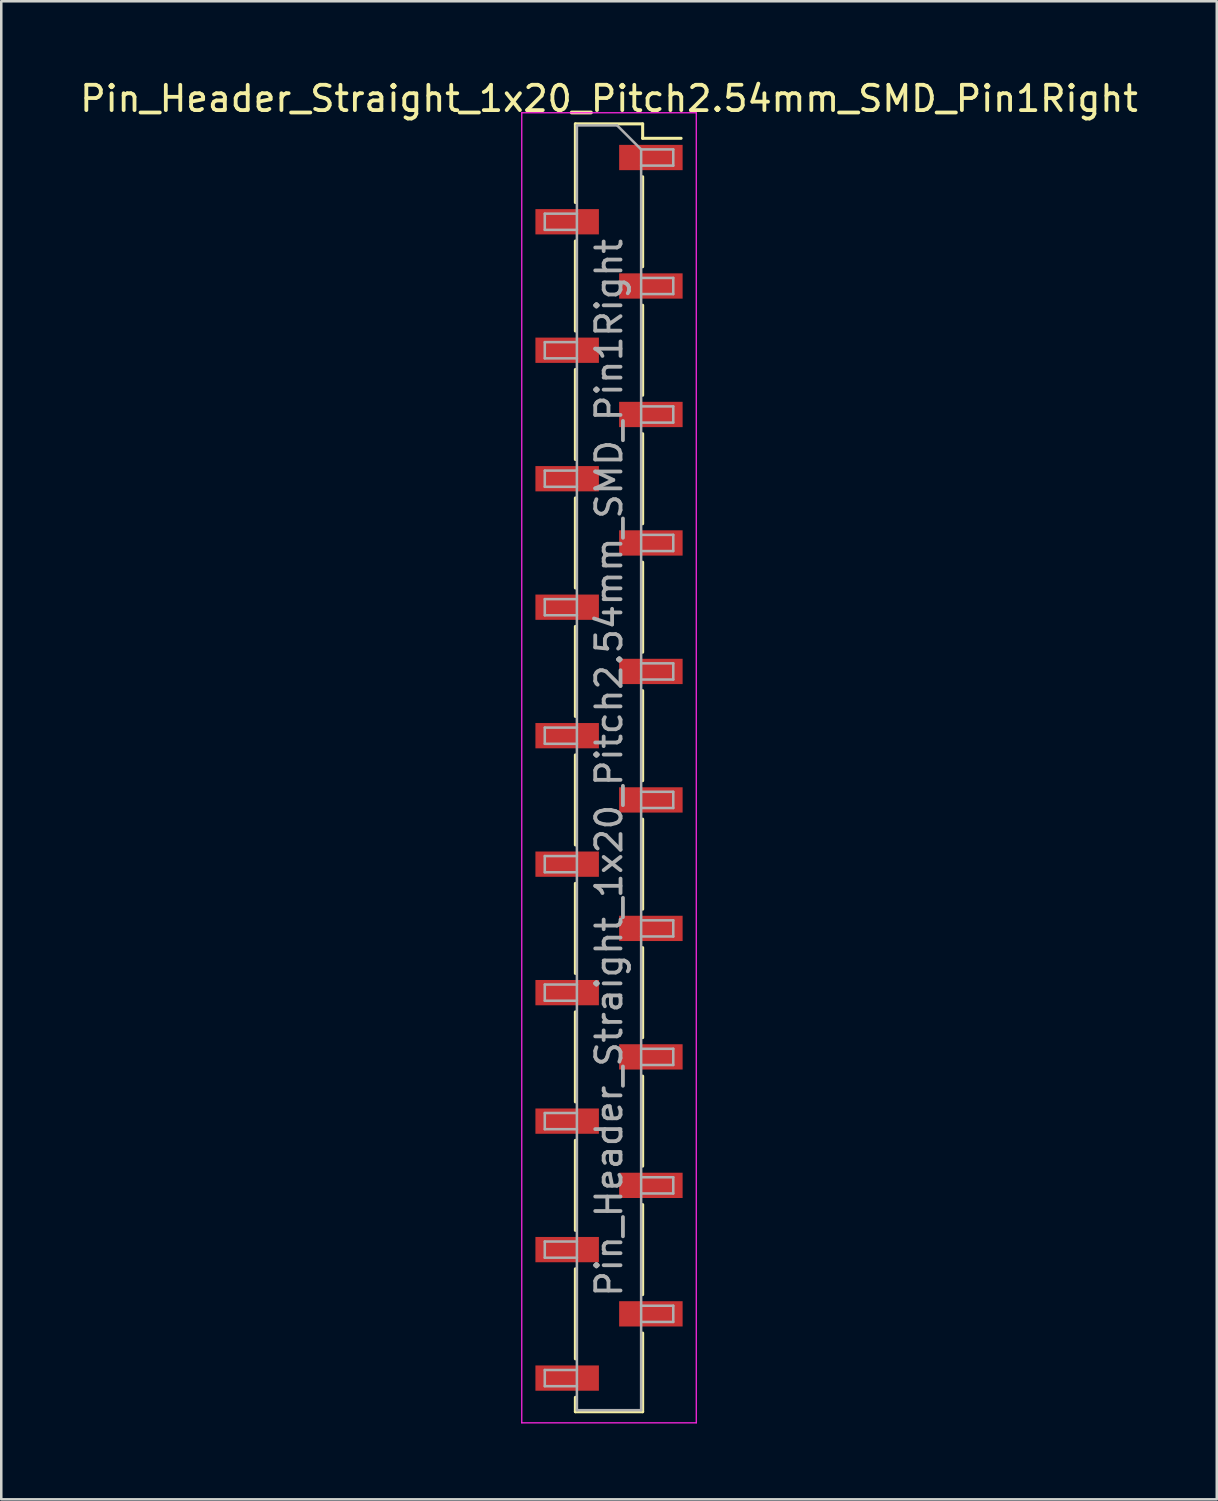
<source format=kicad_pcb>
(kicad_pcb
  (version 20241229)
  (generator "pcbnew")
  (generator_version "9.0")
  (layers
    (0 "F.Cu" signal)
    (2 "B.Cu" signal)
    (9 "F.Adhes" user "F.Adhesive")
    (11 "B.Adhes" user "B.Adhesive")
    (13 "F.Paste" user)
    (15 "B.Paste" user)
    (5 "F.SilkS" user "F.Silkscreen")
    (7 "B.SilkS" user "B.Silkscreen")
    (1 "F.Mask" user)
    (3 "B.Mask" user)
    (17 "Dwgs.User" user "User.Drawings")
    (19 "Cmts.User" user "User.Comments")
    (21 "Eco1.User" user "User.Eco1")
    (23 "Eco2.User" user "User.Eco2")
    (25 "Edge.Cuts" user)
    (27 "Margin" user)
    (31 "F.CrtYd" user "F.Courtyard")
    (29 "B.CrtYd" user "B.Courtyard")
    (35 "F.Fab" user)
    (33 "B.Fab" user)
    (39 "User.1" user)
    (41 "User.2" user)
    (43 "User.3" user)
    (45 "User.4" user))
  (footprint "Pin_Header_Straight_1x20_Pitch2.54mm_SMD_Pin1Right"
    (layer "F.Cu")
    (at 21.03 27.308)
    (property "Reference" "Pin_Header_Straight_1x20_Pitch2.54mm_SMD_Pin1Right" (at 0 -26.46 0) (layer "F.SilkS") (effects (font (size 1 1) (thickness 0.15))))
    (attr smd)
    (fp_line (start -1.33 -25.46) (end -1.33 -22.35) (stroke (width 0.12) (type solid)) (layer "F.SilkS"))
    (fp_line (start -1.33 -25.46) (end 1.33 -25.46) (stroke (width 0.12) (type solid)) (layer "F.SilkS"))
    (fp_line (start -1.33 -20.83) (end -1.33 -17.27) (stroke (width 0.12) (type solid)) (layer "F.SilkS"))
    (fp_line (start -1.33 -15.75) (end -1.33 -12.19) (stroke (width 0.12) (type solid)) (layer "F.SilkS"))
    (fp_line (start -1.33 -10.67) (end -1.33 -7.11) (stroke (width 0.12) (type solid)) (layer "F.SilkS"))
    (fp_line (start -1.33 -5.59) (end -1.33 -2.03) (stroke (width 0.12) (type solid)) (layer "F.SilkS"))
    (fp_line (start -1.33 -0.51) (end -1.33 3.05) (stroke (width 0.12) (type solid)) (layer "F.SilkS"))
    (fp_line (start -1.33 4.57) (end -1.33 8.13) (stroke (width 0.12) (type solid)) (layer "F.SilkS"))
    (fp_line (start -1.33 9.65) (end -1.33 13.21) (stroke (width 0.12) (type solid)) (layer "F.SilkS"))
    (fp_line (start -1.33 14.73) (end -1.33 18.29) (stroke (width 0.12) (type solid)) (layer "F.SilkS"))
    (fp_line (start -1.33 19.81) (end -1.33 23.37) (stroke (width 0.12) (type solid)) (layer "F.SilkS"))
    (fp_line (start -1.33 24.89) (end -1.33 25.46) (stroke (width 0.12) (type solid)) (layer "F.SilkS"))
    (fp_line (start -1.33 25.46) (end 1.33 25.46) (stroke (width 0.12) (type solid)) (layer "F.SilkS"))
    (fp_line (start 1.33 -25.46) (end 1.33 -24.89) (stroke (width 0.12) (type solid)) (layer "F.SilkS"))
    (fp_line (start 1.33 -24.89) (end 2.85 -24.89) (stroke (width 0.12) (type solid)) (layer "F.SilkS"))
    (fp_line (start 1.33 -23.37) (end 1.33 -19.81) (stroke (width 0.12) (type solid)) (layer "F.SilkS"))
    (fp_line (start 1.33 -18.29) (end 1.33 -14.73) (stroke (width 0.12) (type solid)) (layer "F.SilkS"))
    (fp_line (start 1.33 -13.21) (end 1.33 -9.65) (stroke (width 0.12) (type solid)) (layer "F.SilkS"))
    (fp_line (start 1.33 -8.13) (end 1.33 -4.57) (stroke (width 0.12) (type solid)) (layer "F.SilkS"))
    (fp_line (start 1.33 -3.05) (end 1.33 0.51) (stroke (width 0.12) (type solid)) (layer "F.SilkS"))
    (fp_line (start 1.33 2.03) (end 1.33 5.59) (stroke (width 0.12) (type solid)) (layer "F.SilkS"))
    (fp_line (start 1.33 7.11) (end 1.33 10.67) (stroke (width 0.12) (type solid)) (layer "F.SilkS"))
    (fp_line (start 1.33 12.19) (end 1.33 15.75) (stroke (width 0.12) (type solid)) (layer "F.SilkS"))
    (fp_line (start 1.33 17.27) (end 1.33 20.83) (stroke (width 0.12) (type solid)) (layer "F.SilkS"))
    (fp_line (start 1.33 22.35) (end 1.33 25.46) (stroke (width 0.12) (type solid)) (layer "F.SilkS"))
    (fp_line (start -3.45 -25.9) (end -3.45 25.9) (stroke (width 0.05) (type solid)) (layer "F.CrtYd"))
    (fp_line (start -3.45 25.9) (end 3.45 25.9) (stroke (width 0.05) (type solid)) (layer "F.CrtYd"))
    (fp_line (start 3.45 -25.9) (end -3.45 -25.9) (stroke (width 0.05) (type solid)) (layer "F.CrtYd"))
    (fp_line (start 3.45 25.9) (end 3.45 -25.9) (stroke (width 0.05) (type solid)) (layer "F.CrtYd"))
    (fp_line (start -2.54 -21.91) (end -2.54 -21.27) (stroke (width 0.1) (type solid)) (layer "F.Fab"))
    (fp_line (start -2.54 -21.27) (end -1.27 -21.27) (stroke (width 0.1) (type solid)) (layer "F.Fab"))
    (fp_line (start -2.54 -16.83) (end -2.54 -16.19) (stroke (width 0.1) (type solid)) (layer "F.Fab"))
    (fp_line (start -2.54 -16.19) (end -1.27 -16.19) (stroke (width 0.1) (type solid)) (layer "F.Fab"))
    (fp_line (start -2.54 -11.75) (end -2.54 -11.11) (stroke (width 0.1) (type solid)) (layer "F.Fab"))
    (fp_line (start -2.54 -11.11) (end -1.27 -11.11) (stroke (width 0.1) (type solid)) (layer "F.Fab"))
    (fp_line (start -2.54 -6.67) (end -2.54 -6.03) (stroke (width 0.1) (type solid)) (layer "F.Fab"))
    (fp_line (start -2.54 -6.03) (end -1.27 -6.03) (stroke (width 0.1) (type solid)) (layer "F.Fab"))
    (fp_line (start -2.54 -1.59) (end -2.54 -0.95) (stroke (width 0.1) (type solid)) (layer "F.Fab"))
    (fp_line (start -2.54 -0.95) (end -1.27 -0.95) (stroke (width 0.1) (type solid)) (layer "F.Fab"))
    (fp_line (start -2.54 3.49) (end -2.54 4.13) (stroke (width 0.1) (type solid)) (layer "F.Fab"))
    (fp_line (start -2.54 4.13) (end -1.27 4.13) (stroke (width 0.1) (type solid)) (layer "F.Fab"))
    (fp_line (start -2.54 8.57) (end -2.54 9.21) (stroke (width 0.1) (type solid)) (layer "F.Fab"))
    (fp_line (start -2.54 9.21) (end -1.27 9.21) (stroke (width 0.1) (type solid)) (layer "F.Fab"))
    (fp_line (start -2.54 13.65) (end -2.54 14.29) (stroke (width 0.1) (type solid)) (layer "F.Fab"))
    (fp_line (start -2.54 14.29) (end -1.27 14.29) (stroke (width 0.1) (type solid)) (layer "F.Fab"))
    (fp_line (start -2.54 18.73) (end -2.54 19.37) (stroke (width 0.1) (type solid)) (layer "F.Fab"))
    (fp_line (start -2.54 19.37) (end -1.27 19.37) (stroke (width 0.1) (type solid)) (layer "F.Fab"))
    (fp_line (start -2.54 23.81) (end -2.54 24.45) (stroke (width 0.1) (type solid)) (layer "F.Fab"))
    (fp_line (start -2.54 24.45) (end -1.27 24.45) (stroke (width 0.1) (type solid)) (layer "F.Fab"))
    (fp_line (start -1.27 -25.4) (end -1.27 25.4) (stroke (width 0.1) (type solid)) (layer "F.Fab"))
    (fp_line (start -1.27 -25.4) (end 0.32 -25.4) (stroke (width 0.1) (type solid)) (layer "F.Fab"))
    (fp_line (start -1.27 -21.91) (end -2.54 -21.91) (stroke (width 0.1) (type solid)) (layer "F.Fab"))
    (fp_line (start -1.27 -16.83) (end -2.54 -16.83) (stroke (width 0.1) (type solid)) (layer "F.Fab"))
    (fp_line (start -1.27 -11.75) (end -2.54 -11.75) (stroke (width 0.1) (type solid)) (layer "F.Fab"))
    (fp_line (start -1.27 -6.67) (end -2.54 -6.67) (stroke (width 0.1) (type solid)) (layer "F.Fab"))
    (fp_line (start -1.27 -1.59) (end -2.54 -1.59) (stroke (width 0.1) (type solid)) (layer "F.Fab"))
    (fp_line (start -1.27 3.49) (end -2.54 3.49) (stroke (width 0.1) (type solid)) (layer "F.Fab"))
    (fp_line (start -1.27 8.57) (end -2.54 8.57) (stroke (width 0.1) (type solid)) (layer "F.Fab"))
    (fp_line (start -1.27 13.65) (end -2.54 13.65) (stroke (width 0.1) (type solid)) (layer "F.Fab"))
    (fp_line (start -1.27 18.73) (end -2.54 18.73) (stroke (width 0.1) (type solid)) (layer "F.Fab"))
    (fp_line (start -1.27 23.81) (end -2.54 23.81) (stroke (width 0.1) (type solid)) (layer "F.Fab"))
    (fp_line (start 1.27 -24.45) (end 0.32 -25.4) (stroke (width 0.1) (type solid)) (layer "F.Fab"))
    (fp_line (start 1.27 -24.45) (end 2.54 -24.45) (stroke (width 0.1) (type solid)) (layer "F.Fab"))
    (fp_line (start 1.27 -19.37) (end 2.54 -19.37) (stroke (width 0.1) (type solid)) (layer "F.Fab"))
    (fp_line (start 1.27 -14.29) (end 2.54 -14.29) (stroke (width 0.1) (type solid)) (layer "F.Fab"))
    (fp_line (start 1.27 -9.21) (end 2.54 -9.21) (stroke (width 0.1) (type solid)) (layer "F.Fab"))
    (fp_line (start 1.27 -4.13) (end 2.54 -4.13) (stroke (width 0.1) (type solid)) (layer "F.Fab"))
    (fp_line (start 1.27 0.95) (end 2.54 0.95) (stroke (width 0.1) (type solid)) (layer "F.Fab"))
    (fp_line (start 1.27 6.03) (end 2.54 6.03) (stroke (width 0.1) (type solid)) (layer "F.Fab"))
    (fp_line (start 1.27 11.11) (end 2.54 11.11) (stroke (width 0.1) (type solid)) (layer "F.Fab"))
    (fp_line (start 1.27 16.19) (end 2.54 16.19) (stroke (width 0.1) (type solid)) (layer "F.Fab"))
    (fp_line (start 1.27 21.27) (end 2.54 21.27) (stroke (width 0.1) (type solid)) (layer "F.Fab"))
    (fp_line (start 1.27 25.4) (end -1.27 25.4) (stroke (width 0.1) (type solid)) (layer "F.Fab"))
    (fp_line (start 1.27 25.4) (end 1.27 -24.45) (stroke (width 0.1) (type solid)) (layer "F.Fab"))
    (fp_line (start 2.54 -24.45) (end 2.54 -23.81) (stroke (width 0.1) (type solid)) (layer "F.Fab"))
    (fp_line (start 2.54 -23.81) (end 1.27 -23.81) (stroke (width 0.1) (type solid)) (layer "F.Fab"))
    (fp_line (start 2.54 -19.37) (end 2.54 -18.73) (stroke (width 0.1) (type solid)) (layer "F.Fab"))
    (fp_line (start 2.54 -18.73) (end 1.27 -18.73) (stroke (width 0.1) (type solid)) (layer "F.Fab"))
    (fp_line (start 2.54 -14.29) (end 2.54 -13.65) (stroke (width 0.1) (type solid)) (layer "F.Fab"))
    (fp_line (start 2.54 -13.65) (end 1.27 -13.65) (stroke (width 0.1) (type solid)) (layer "F.Fab"))
    (fp_line (start 2.54 -9.21) (end 2.54 -8.57) (stroke (width 0.1) (type solid)) (layer "F.Fab"))
    (fp_line (start 2.54 -8.57) (end 1.27 -8.57) (stroke (width 0.1) (type solid)) (layer "F.Fab"))
    (fp_line (start 2.54 -4.13) (end 2.54 -3.49) (stroke (width 0.1) (type solid)) (layer "F.Fab"))
    (fp_line (start 2.54 -3.49) (end 1.27 -3.49) (stroke (width 0.1) (type solid)) (layer "F.Fab"))
    (fp_line (start 2.54 0.95) (end 2.54 1.59) (stroke (width 0.1) (type solid)) (layer "F.Fab"))
    (fp_line (start 2.54 1.59) (end 1.27 1.59) (stroke (width 0.1) (type solid)) (layer "F.Fab"))
    (fp_line (start 2.54 6.03) (end 2.54 6.67) (stroke (width 0.1) (type solid)) (layer "F.Fab"))
    (fp_line (start 2.54 6.67) (end 1.27 6.67) (stroke (width 0.1) (type solid)) (layer "F.Fab"))
    (fp_line (start 2.54 11.11) (end 2.54 11.75) (stroke (width 0.1) (type solid)) (layer "F.Fab"))
    (fp_line (start 2.54 11.75) (end 1.27 11.75) (stroke (width 0.1) (type solid)) (layer "F.Fab"))
    (fp_line (start 2.54 16.19) (end 2.54 16.83) (stroke (width 0.1) (type solid)) (layer "F.Fab"))
    (fp_line (start 2.54 16.83) (end 1.27 16.83) (stroke (width 0.1) (type solid)) (layer "F.Fab"))
    (fp_line (start 2.54 21.27) (end 2.54 21.91) (stroke (width 0.1) (type solid)) (layer "F.Fab"))
    (fp_line (start 2.54 21.91) (end 1.27 21.91) (stroke (width 0.1) (type solid)) (layer "F.Fab"))
    (fp_text user "${REFERENCE}" (at 0 0 90) (layer "F.Fab") (effects (font (size 1 1) (thickness 0.15))))
    (pad "1" smd rect (at 1.655 -24.13) (size 2.51 1) (layers "F.Cu" "F.Mask" "F.Paste"))
    (pad "2" smd rect (at -1.655 -21.59) (size 2.51 1) (layers "F.Cu" "F.Mask" "F.Paste"))
    (pad "3" smd rect (at 1.655 -19.05) (size 2.51 1) (layers "F.Cu" "F.Mask" "F.Paste"))
    (pad "4" smd rect (at -1.655 -16.51) (size 2.51 1) (layers "F.Cu" "F.Mask" "F.Paste"))
    (pad "5" smd rect (at 1.655 -13.97) (size 2.51 1) (layers "F.Cu" "F.Mask" "F.Paste"))
    (pad "6" smd rect (at -1.655 -11.43) (size 2.51 1) (layers "F.Cu" "F.Mask" "F.Paste"))
    (pad "7" smd rect (at 1.655 -8.89) (size 2.51 1) (layers "F.Cu" "F.Mask" "F.Paste"))
    (pad "8" smd rect (at -1.655 -6.35) (size 2.51 1) (layers "F.Cu" "F.Mask" "F.Paste"))
    (pad "9" smd rect (at 1.655 -3.81) (size 2.51 1) (layers "F.Cu" "F.Mask" "F.Paste"))
    (pad "10" smd rect (at -1.655 -1.27) (size 2.51 1) (layers "F.Cu" "F.Mask" "F.Paste"))
    (pad "11" smd rect (at 1.655 1.27) (size 2.51 1) (layers "F.Cu" "F.Mask" "F.Paste"))
    (pad "12" smd rect (at -1.655 3.81) (size 2.51 1) (layers "F.Cu" "F.Mask" "F.Paste"))
    (pad "13" smd rect (at 1.655 6.35) (size 2.51 1) (layers "F.Cu" "F.Mask" "F.Paste"))
    (pad "14" smd rect (at -1.655 8.89) (size 2.51 1) (layers "F.Cu" "F.Mask" "F.Paste"))
    (pad "15" smd rect (at 1.655 11.43) (size 2.51 1) (layers "F.Cu" "F.Mask" "F.Paste"))
    (pad "16" smd rect (at -1.655 13.97) (size 2.51 1) (layers "F.Cu" "F.Mask" "F.Paste"))
    (pad "17" smd rect (at 1.655 16.51) (size 2.51 1) (layers "F.Cu" "F.Mask" "F.Paste"))
    (pad "18" smd rect (at -1.655 19.05) (size 2.51 1) (layers "F.Cu" "F.Mask" "F.Paste"))
    (pad "19" smd rect (at 1.655 21.59) (size 2.51 1) (layers "F.Cu" "F.Mask" "F.Paste"))
    (pad "20" smd rect (at -1.655 24.13) (size 2.51 1) (layers "F.Cu" "F.Mask" "F.Paste")))
  (gr_rect
    (start -3 -3)
    (end 45.06 56.233)
    (stroke (width 0.1) (type default))
    (fill no)
    (layer "Edge.Cuts")))
</source>
